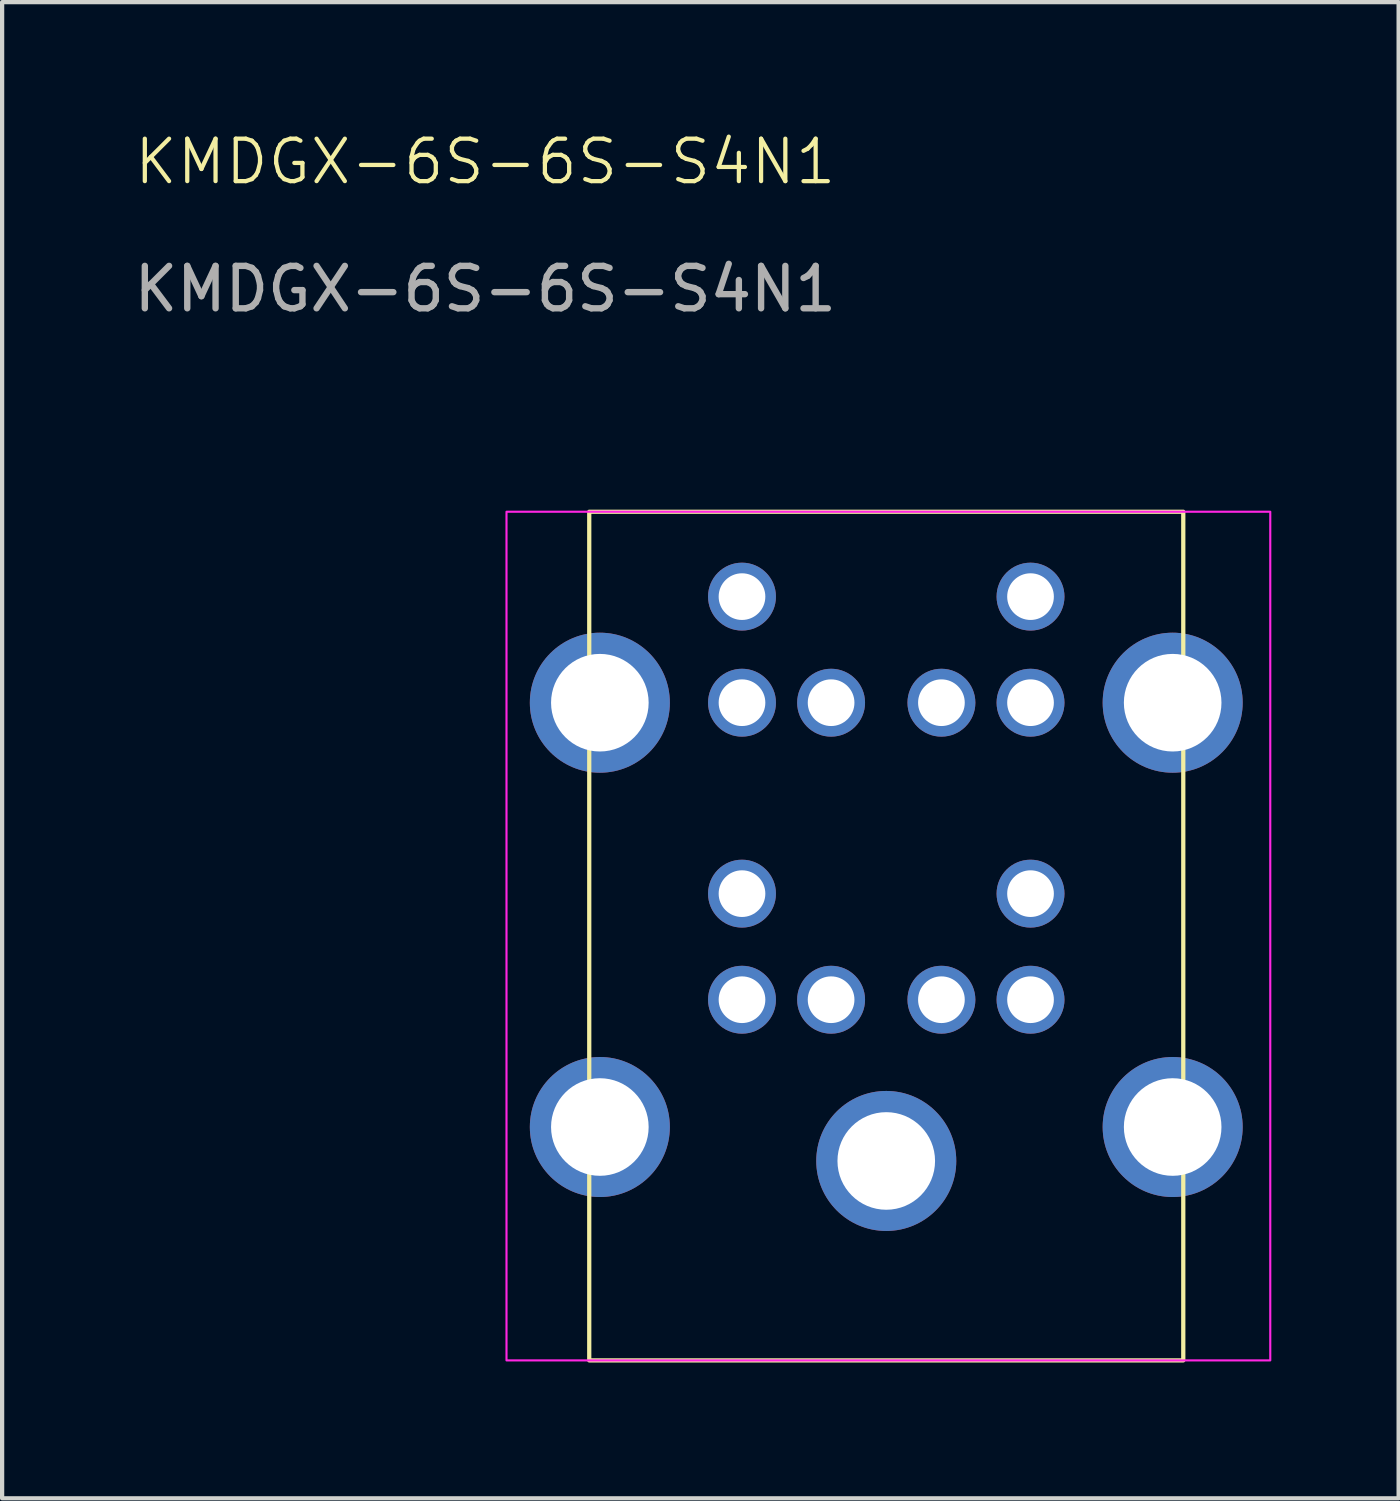
<source format=kicad_pcb>
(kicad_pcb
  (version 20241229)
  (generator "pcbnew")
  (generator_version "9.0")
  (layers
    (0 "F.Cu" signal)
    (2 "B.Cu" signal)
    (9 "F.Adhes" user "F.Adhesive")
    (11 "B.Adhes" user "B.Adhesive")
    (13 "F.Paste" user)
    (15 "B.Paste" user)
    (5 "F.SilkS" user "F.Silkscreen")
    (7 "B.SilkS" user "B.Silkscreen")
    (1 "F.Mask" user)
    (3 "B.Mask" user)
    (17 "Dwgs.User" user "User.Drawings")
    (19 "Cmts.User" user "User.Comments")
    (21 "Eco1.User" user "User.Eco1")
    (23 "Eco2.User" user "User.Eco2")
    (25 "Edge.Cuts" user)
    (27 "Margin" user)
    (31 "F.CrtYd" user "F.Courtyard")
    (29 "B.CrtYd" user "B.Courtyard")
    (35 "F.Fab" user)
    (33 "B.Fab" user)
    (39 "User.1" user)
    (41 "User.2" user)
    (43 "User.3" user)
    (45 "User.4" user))
  (footprint "KMDGX-6S-6S-S4N1"
    (layer "F.Cu")
    (at 10.837 29.011)
    (property "Reference" "KMDGX-6S-6S-S4N1" (at -2.45 -28.25 0) (unlocked yes) (layer "F.SilkS") (effects (font (size 1 1) (thickness 0.1))))
    (attr through_hole)
    (fp_rect (start 0 -20) (end 14 0) (stroke (width 0.1) (type default)) (fill no) (layer "F.SilkS"))
    (fp_rect (start -1.95 -20) (end 16.05 0) (stroke (width 0.05) (type default)) (fill no) (layer "F.CrtYd"))
    (fp_text user "${REFERENCE}" (at -2.45 -25.25 0) (unlocked yes) (layer "F.Fab") (effects (font (size 1 1) (thickness 0.15))))
    (pad "1" thru_hole circle (at 8.3 -8.5) (size 1.6 1.6) (drill 1.1) (layers "*.Cu" "*.Mask"))
    (pad "2" thru_hole circle (at 5.7 -8.5) (size 1.6 1.6) (drill 1.1) (layers "*.Cu" "*.Mask"))
    (pad "3" thru_hole circle (at 10.4 -8.5) (size 1.6 1.6) (drill 1.1) (layers "*.Cu" "*.Mask"))
    (pad "4" thru_hole circle (at 3.6 -8.5) (size 1.6 1.6) (drill 1.1) (layers "*.Cu" "*.Mask"))
    (pad "5" thru_hole circle (at 10.4 -11) (size 1.6 1.6) (drill 1.1) (layers "*.Cu" "*.Mask"))
    (pad "6" thru_hole circle (at 3.6 -11) (size 1.6 1.6) (drill 1.1) (layers "*.Cu" "*.Mask"))
    (pad "7" thru_hole circle (at 8.3 -15.5) (size 1.6 1.6) (drill 1.1) (layers "*.Cu" "*.Mask"))
    (pad "8" thru_hole circle (at 5.7 -15.5) (size 1.6 1.6) (drill 1.1) (layers "*.Cu" "*.Mask"))
    (pad "9" thru_hole circle (at 10.4 -15.5) (size 1.6 1.6) (drill 1.1) (layers "*.Cu" "*.Mask"))
    (pad "10" thru_hole circle (at 3.6 -15.5) (size 1.6 1.6) (drill 1.1) (layers "*.Cu" "*.Mask"))
    (pad "11" thru_hole circle (at 10.4 -18) (size 1.6 1.6) (drill 1.1) (layers "*.Cu" "*.Mask"))
    (pad "12" thru_hole circle (at 3.6 -18) (size 1.6 1.6) (drill 1.1) (layers "*.Cu" "*.Mask"))
    (pad "13" thru_hole circle (at 0.25 -15.5) (size 3.3 3.3) (drill 2.3) (layers "*.Cu" "*.Mask"))
    (pad "13" thru_hole circle (at 0.25 -5.5) (size 3.3 3.3) (drill 2.3) (layers "*.Cu" "*.Mask"))
    (pad "13" thru_hole circle (at 7 -4.7) (size 3.3 3.3) (drill 2.3) (layers "*.Cu" "*.Mask"))
    (pad "13" thru_hole circle (at 13.75 -15.5) (size 3.3 3.3) (drill 2.3) (layers "*.Cu" "*.Mask"))
    (pad "13" thru_hole circle (at 13.75 -5.5) (size 3.3 3.3) (drill 2.3) (layers "*.Cu" "*.Mask")))
  (gr_rect
    (start -3 -3)
    (end 29.912 32.261)
    (stroke (width 0.1) (type default))
    (fill no)
    (layer "Edge.Cuts")))
</source>
